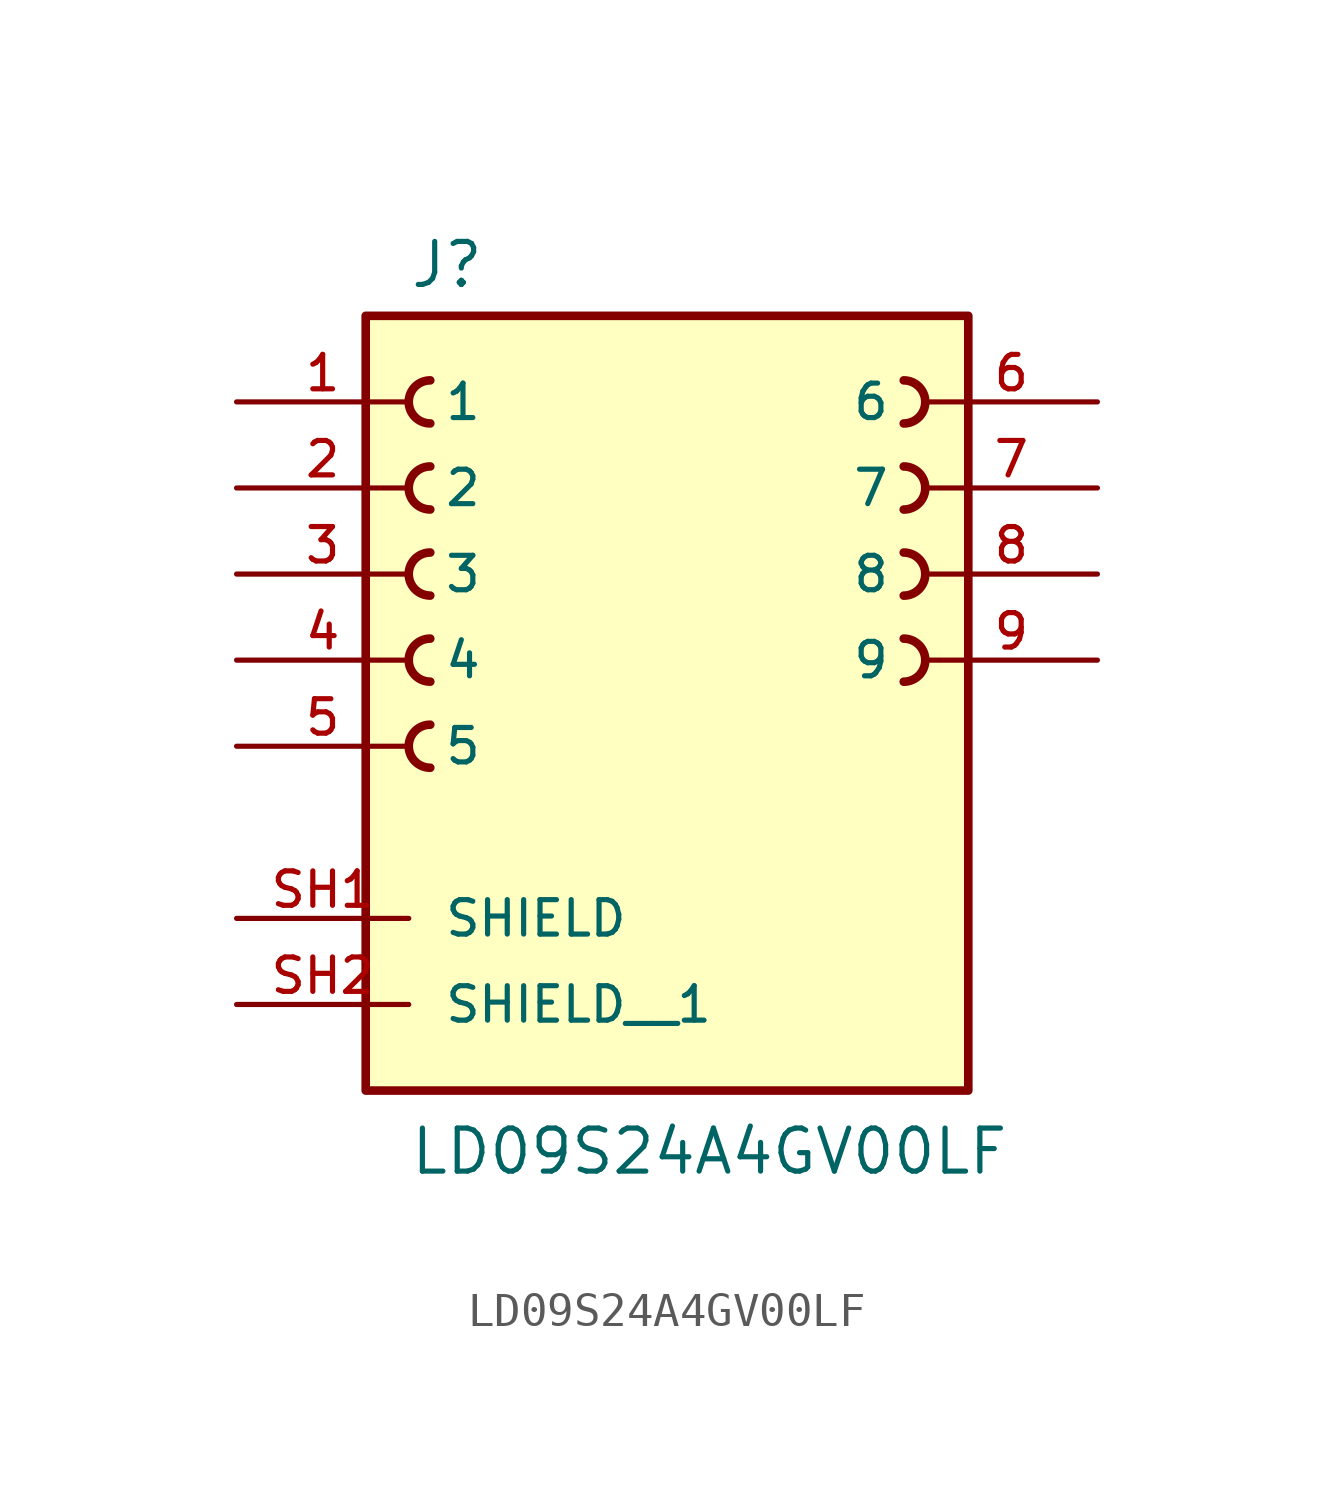
<source format=kicad_sym>
(kicad_symbol_lib
  (version 20211014)
  (generator kicad_symbol_editor)
  (symbol "LD09S24A4GV00LF"
    (pin_names
      (offset 1.016))
    (property "Reference" "J"
      (at -7.62 10.922 0)
      (effects (font (size 1.27 1.27)) (justify bottom left)))
    (property "Value" "LD09S24A4GV00LF"
      (at -7.62 -15.24 0)
      (effects (font (size 1.27 1.27)) (justify bottom left)))
    (symbol "LD09S24A4GV00LF_0_0"
      (arc (start 6.985 6.985) (mid 7.62 7.62) (end 6.985 8.255) (stroke (width 0.254) (type default) (color 0 0 0 0)) (fill (type none)))
      (arc (start 6.985 4.445) (mid 7.62 5.08) (end 6.985 5.715) (stroke (width 0.254) (type default) (color 0 0 0 0)) (fill (type none)))
      (arc (start 6.985 1.905) (mid 7.62 2.54) (end 6.985 3.175) (stroke (width 0.254) (type default) (color 0 0 0 0)) (fill (type none)))
      (arc (start 6.985 -0.635) (mid 7.62 0.0) (end 6.985 0.635) (stroke (width 0.254) (type default) (color 0 0 0 0)) (fill (type none)))
      (arc (start -6.985 -1.905) (mid -7.62 -2.54) (end -6.985 -3.175) (stroke (width 0.254) (type default) (color 0 0 0 0)) (fill (type none)))
      (arc (start -6.985 0.635) (mid -7.62 -0.0) (end -6.985 -0.635) (stroke (width 0.254) (type default) (color 0 0 0 0)) (fill (type none)))
      (arc (start -6.985 3.175) (mid -7.62 2.54) (end -6.985 1.905) (stroke (width 0.254) (type default) (color 0 0 0 0)) (fill (type none)))
      (arc (start -6.985 5.715) (mid -7.62 5.08) (end -6.985 4.445) (stroke (width 0.254) (type default) (color 0 0 0 0)) (fill (type none)))
      (arc (start -6.985 8.255) (mid -7.62 7.62) (end -6.985 6.985) (stroke (width 0.254) (type default) (color 0 0 0 0)) (fill (type none)))
      (rectangle (start -8.89 -12.7) (end 8.89 10.16) (stroke (width 0.254)) (fill (type background)))
      (pin passive line (at -12.7 7.62 0) (length 5.08) (name "1" (effects (font (size 1.016 1.016)))) (number "1" (effects (font (size 1.016 1.016)))))
      (pin passive line (at -12.7 5.08 0) (length 5.08) (name "2" (effects (font (size 1.016 1.016)))) (number "2" (effects (font (size 1.016 1.016)))))
      (pin passive line (at -12.7 2.54 0) (length 5.08) (name "3" (effects (font (size 1.016 1.016)))) (number "3" (effects (font (size 1.016 1.016)))))
      (pin passive line (at -12.7 0.0 0) (length 5.08) (name "4" (effects (font (size 1.016 1.016)))) (number "4" (effects (font (size 1.016 1.016)))))
      (pin passive line (at -12.7 -2.54 0) (length 5.08) (name "5" (effects (font (size 1.016 1.016)))) (number "5" (effects (font (size 1.016 1.016)))))
      (pin passive line (at 12.7 7.62 180.0) (length 5.08) (name "6" (effects (font (size 1.016 1.016)))) (number "6" (effects (font (size 1.016 1.016)))))
      (pin passive line (at 12.7 5.08 180.0) (length 5.08) (name "7" (effects (font (size 1.016 1.016)))) (number "7" (effects (font (size 1.016 1.016)))))
      (pin passive line (at 12.7 2.54 180.0) (length 5.08) (name "8" (effects (font (size 1.016 1.016)))) (number "8" (effects (font (size 1.016 1.016)))))
      (pin passive line (at 12.7 0.0 180.0) (length 5.08) (name "9" (effects (font (size 1.016 1.016)))) (number "9" (effects (font (size 1.016 1.016)))))
      (pin passive line (at -12.7 -7.62 0) (length 5.08) (name "SHIELD" (effects (font (size 1.016 1.016)))) (number "SH1" (effects (font (size 1.016 1.016)))))
      (pin passive line (at -12.7 -10.16 0) (length 5.08) (name "SHIELD__1" (effects (font (size 1.016 1.016)))) (number "SH2" (effects (font (size 1.016 1.016))))))))
</source>
